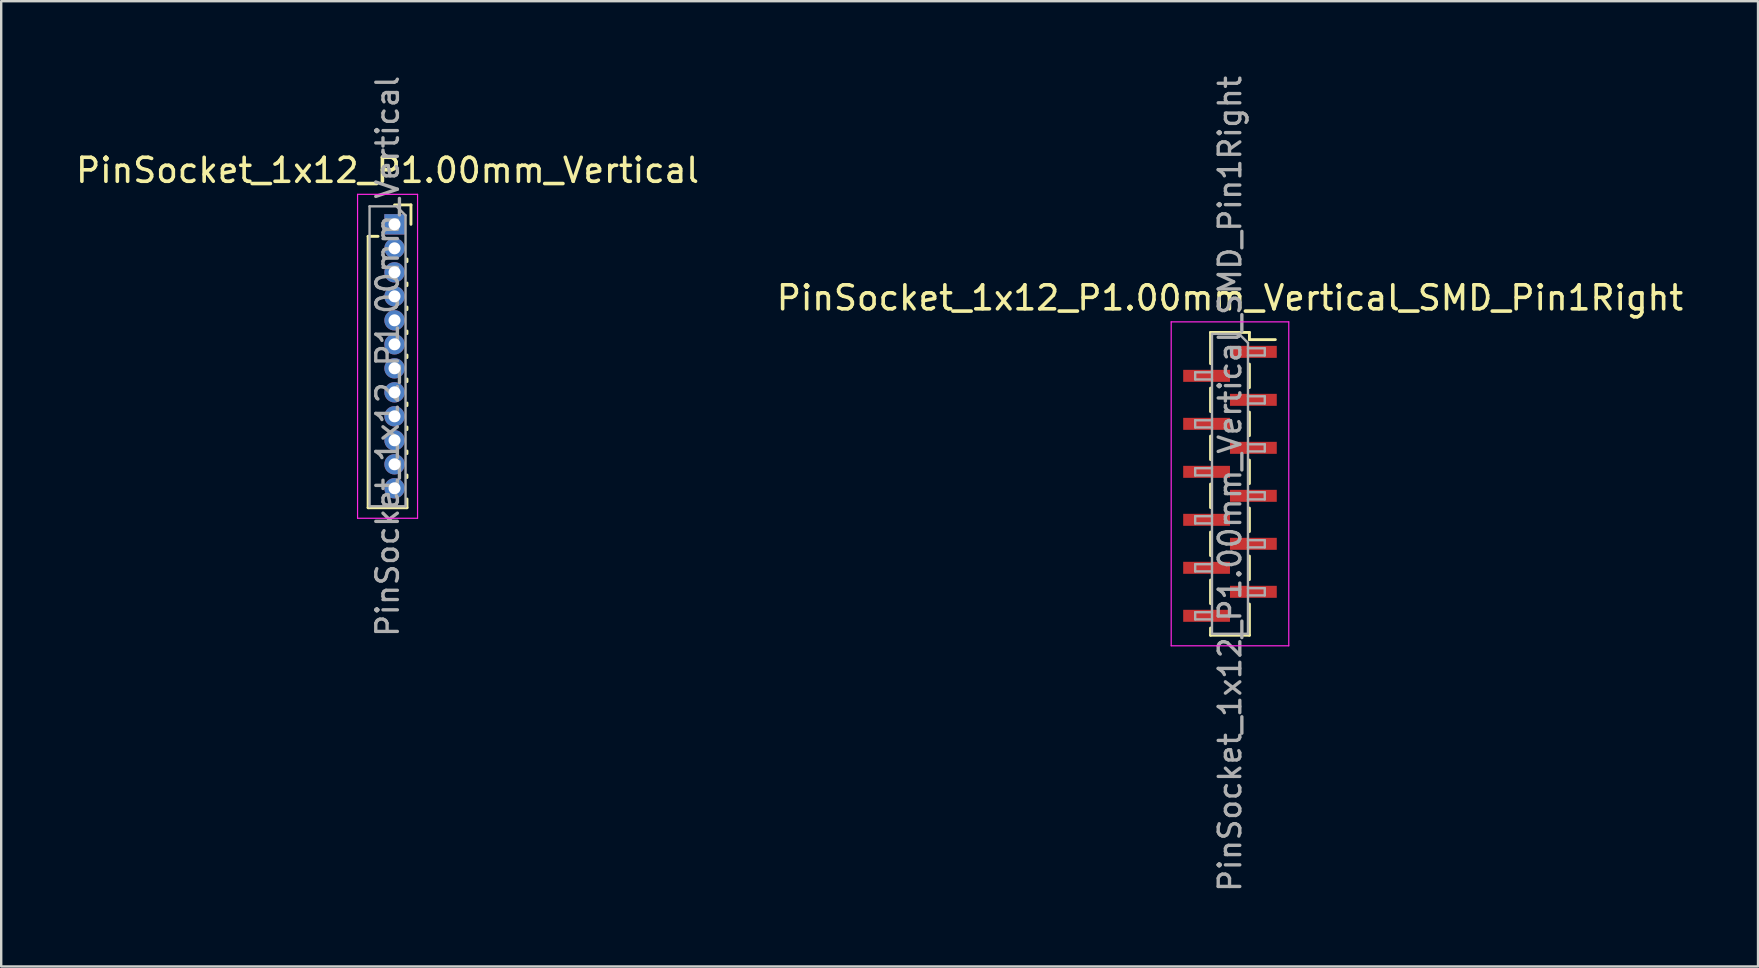
<source format=kicad_pcb>
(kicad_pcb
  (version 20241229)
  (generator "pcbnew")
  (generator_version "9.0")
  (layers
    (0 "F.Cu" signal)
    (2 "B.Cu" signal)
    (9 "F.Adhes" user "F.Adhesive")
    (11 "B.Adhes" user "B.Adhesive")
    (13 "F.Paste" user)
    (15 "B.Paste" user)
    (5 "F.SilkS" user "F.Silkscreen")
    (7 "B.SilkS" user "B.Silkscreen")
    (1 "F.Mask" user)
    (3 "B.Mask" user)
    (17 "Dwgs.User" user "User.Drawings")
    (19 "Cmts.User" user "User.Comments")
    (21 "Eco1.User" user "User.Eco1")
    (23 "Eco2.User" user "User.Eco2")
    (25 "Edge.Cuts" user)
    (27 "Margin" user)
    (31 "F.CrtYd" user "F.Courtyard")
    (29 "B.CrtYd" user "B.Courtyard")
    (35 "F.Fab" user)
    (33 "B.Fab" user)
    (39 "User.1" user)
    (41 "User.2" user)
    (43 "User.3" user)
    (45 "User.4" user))
  (footprint "PinSocket_1x12_P1.00mm_Vertical_SMD_Pin1Right"
    (layer "F.Cu")
    (at 48.208 17.113)
    (property "Reference" "PinSocket_1x12_P1.00mm_Vertical_SMD_Pin1Right" (at 0 -7.75 0) (layer "F.SilkS") (effects (font (size 1 1) (thickness 0.15))))
    (attr smd)
    (fp_line (start -0.81 -6.31) (end -0.81 -5.01) (stroke (width 0.12) (type solid)) (layer "F.SilkS"))
    (fp_line (start -0.81 -6.31) (end 0.81 -6.31) (stroke (width 0.12) (type solid)) (layer "F.SilkS"))
    (fp_line (start -0.81 -3.99) (end -0.81 -3.01) (stroke (width 0.12) (type solid)) (layer "F.SilkS"))
    (fp_line (start -0.81 -1.99) (end -0.81 -1.01) (stroke (width 0.12) (type solid)) (layer "F.SilkS"))
    (fp_line (start -0.81 0.01) (end -0.81 0.99) (stroke (width 0.12) (type solid)) (layer "F.SilkS"))
    (fp_line (start -0.81 2.01) (end -0.81 2.99) (stroke (width 0.12) (type solid)) (layer "F.SilkS"))
    (fp_line (start -0.81 4.01) (end -0.81 4.99) (stroke (width 0.12) (type solid)) (layer "F.SilkS"))
    (fp_line (start -0.81 6.01) (end -0.81 6.31) (stroke (width 0.12) (type solid)) (layer "F.SilkS"))
    (fp_line (start -0.81 6.31) (end 0.81 6.31) (stroke (width 0.12) (type solid)) (layer "F.SilkS"))
    (fp_line (start 0.81 -6.31) (end 0.81 -6.01) (stroke (width 0.12) (type solid)) (layer "F.SilkS"))
    (fp_line (start 0.81 -6.01) (end 1.89 -6.01) (stroke (width 0.12) (type solid)) (layer "F.SilkS"))
    (fp_line (start 0.81 -4.99) (end 0.81 -4.01) (stroke (width 0.12) (type solid)) (layer "F.SilkS"))
    (fp_line (start 0.81 -2.99) (end 0.81 -2.01) (stroke (width 0.12) (type solid)) (layer "F.SilkS"))
    (fp_line (start 0.81 -0.99) (end 0.81 -0.01) (stroke (width 0.12) (type solid)) (layer "F.SilkS"))
    (fp_line (start 0.81 1.01) (end 0.81 1.99) (stroke (width 0.12) (type solid)) (layer "F.SilkS"))
    (fp_line (start 0.81 3.01) (end 0.81 3.99) (stroke (width 0.12) (type solid)) (layer "F.SilkS"))
    (fp_line (start 0.81 5.01) (end 0.81 6.31) (stroke (width 0.12) (type solid)) (layer "F.SilkS"))
    (fp_line (start -2.45 -6.75) (end 2.45 -6.75) (stroke (width 0.05) (type solid)) (layer "F.CrtYd"))
    (fp_line (start -2.45 6.75) (end -2.45 -6.75) (stroke (width 0.05) (type solid)) (layer "F.CrtYd"))
    (fp_line (start 2.45 -6.75) (end 2.45 6.75) (stroke (width 0.05) (type solid)) (layer "F.CrtYd"))
    (fp_line (start 2.45 6.75) (end -2.45 6.75) (stroke (width 0.05) (type solid)) (layer "F.CrtYd"))
    (fp_line (start -1.45 -4.65) (end -0.75 -4.65) (stroke (width 0.1) (type solid)) (layer "F.Fab"))
    (fp_line (start -1.45 -4.35) (end -1.45 -4.65) (stroke (width 0.1) (type solid)) (layer "F.Fab"))
    (fp_line (start -1.45 -2.65) (end -0.75 -2.65) (stroke (width 0.1) (type solid)) (layer "F.Fab"))
    (fp_line (start -1.45 -2.35) (end -1.45 -2.65) (stroke (width 0.1) (type solid)) (layer "F.Fab"))
    (fp_line (start -1.45 -0.65) (end -0.75 -0.65) (stroke (width 0.1) (type solid)) (layer "F.Fab"))
    (fp_line (start -1.45 -0.35) (end -1.45 -0.65) (stroke (width 0.1) (type solid)) (layer "F.Fab"))
    (fp_line (start -1.45 1.35) (end -0.75 1.35) (stroke (width 0.1) (type solid)) (layer "F.Fab"))
    (fp_line (start -1.45 1.65) (end -1.45 1.35) (stroke (width 0.1) (type solid)) (layer "F.Fab"))
    (fp_line (start -1.45 3.35) (end -0.75 3.35) (stroke (width 0.1) (type solid)) (layer "F.Fab"))
    (fp_line (start -1.45 3.65) (end -1.45 3.35) (stroke (width 0.1) (type solid)) (layer "F.Fab"))
    (fp_line (start -1.45 5.35) (end -0.75 5.35) (stroke (width 0.1) (type solid)) (layer "F.Fab"))
    (fp_line (start -1.45 5.65) (end -1.45 5.35) (stroke (width 0.1) (type solid)) (layer "F.Fab"))
    (fp_line (start -0.75 -6.25) (end 0.375 -6.25) (stroke (width 0.1) (type solid)) (layer "F.Fab"))
    (fp_line (start -0.75 -4.35) (end -1.45 -4.35) (stroke (width 0.1) (type solid)) (layer "F.Fab"))
    (fp_line (start -0.75 -2.35) (end -1.45 -2.35) (stroke (width 0.1) (type solid)) (layer "F.Fab"))
    (fp_line (start -0.75 -0.35) (end -1.45 -0.35) (stroke (width 0.1) (type solid)) (layer "F.Fab"))
    (fp_line (start -0.75 1.65) (end -1.45 1.65) (stroke (width 0.1) (type solid)) (layer "F.Fab"))
    (fp_line (start -0.75 3.65) (end -1.45 3.65) (stroke (width 0.1) (type solid)) (layer "F.Fab"))
    (fp_line (start -0.75 5.65) (end -1.45 5.65) (stroke (width 0.1) (type solid)) (layer "F.Fab"))
    (fp_line (start -0.75 6.25) (end -0.75 -6.25) (stroke (width 0.1) (type solid)) (layer "F.Fab"))
    (fp_line (start 0.375 -6.25) (end 0.75 -5.875) (stroke (width 0.1) (type solid)) (layer "F.Fab"))
    (fp_line (start 0.75 -5.875) (end 0.75 6.25) (stroke (width 0.1) (type solid)) (layer "F.Fab"))
    (fp_line (start 0.75 -5.65) (end 1.45 -5.65) (stroke (width 0.1) (type solid)) (layer "F.Fab"))
    (fp_line (start 0.75 -3.65) (end 1.45 -3.65) (stroke (width 0.1) (type solid)) (layer "F.Fab"))
    (fp_line (start 0.75 -1.65) (end 1.45 -1.65) (stroke (width 0.1) (type solid)) (layer "F.Fab"))
    (fp_line (start 0.75 0.35) (end 1.45 0.35) (stroke (width 0.1) (type solid)) (layer "F.Fab"))
    (fp_line (start 0.75 2.35) (end 1.45 2.35) (stroke (width 0.1) (type solid)) (layer "F.Fab"))
    (fp_line (start 0.75 4.35) (end 1.45 4.35) (stroke (width 0.1) (type solid)) (layer "F.Fab"))
    (fp_line (start 0.75 6.25) (end -0.75 6.25) (stroke (width 0.1) (type solid)) (layer "F.Fab"))
    (fp_line (start 1.45 -5.65) (end 1.45 -5.35) (stroke (width 0.1) (type solid)) (layer "F.Fab"))
    (fp_line (start 1.45 -5.35) (end 0.75 -5.35) (stroke (width 0.1) (type solid)) (layer "F.Fab"))
    (fp_line (start 1.45 -3.65) (end 1.45 -3.35) (stroke (width 0.1) (type solid)) (layer "F.Fab"))
    (fp_line (start 1.45 -3.35) (end 0.75 -3.35) (stroke (width 0.1) (type solid)) (layer "F.Fab"))
    (fp_line (start 1.45 -1.65) (end 1.45 -1.35) (stroke (width 0.1) (type solid)) (layer "F.Fab"))
    (fp_line (start 1.45 -1.35) (end 0.75 -1.35) (stroke (width 0.1) (type solid)) (layer "F.Fab"))
    (fp_line (start 1.45 0.35) (end 1.45 0.65) (stroke (width 0.1) (type solid)) (layer "F.Fab"))
    (fp_line (start 1.45 0.65) (end 0.75 0.65) (stroke (width 0.1) (type solid)) (layer "F.Fab"))
    (fp_line (start 1.45 2.35) (end 1.45 2.65) (stroke (width 0.1) (type solid)) (layer "F.Fab"))
    (fp_line (start 1.45 2.65) (end 0.75 2.65) (stroke (width 0.1) (type solid)) (layer "F.Fab"))
    (fp_line (start 1.45 4.35) (end 1.45 4.65) (stroke (width 0.1) (type solid)) (layer "F.Fab"))
    (fp_line (start 1.45 4.65) (end 0.75 4.65) (stroke (width 0.1) (type solid)) (layer "F.Fab"))
    (fp_text user "${REFERENCE}" (at 0 0 90) (layer "F.Fab") (effects (font (size 0.9 0.9) (thickness 0.14))))
    (pad "1" smd rect (at 0.975 -5.5) (size 1.95 0.5) (layers "F.Cu" "F.Mask" "F.Paste"))
    (pad "2" smd rect (at -0.975 -4.5) (size 1.95 0.5) (layers "F.Cu" "F.Mask" "F.Paste"))
    (pad "3" smd rect (at 0.975 -3.5) (size 1.95 0.5) (layers "F.Cu" "F.Mask" "F.Paste"))
    (pad "4" smd rect (at -0.975 -2.5) (size 1.95 0.5) (layers "F.Cu" "F.Mask" "F.Paste"))
    (pad "5" smd rect (at 0.975 -1.5) (size 1.95 0.5) (layers "F.Cu" "F.Mask" "F.Paste"))
    (pad "6" smd rect (at -0.975 -0.5) (size 1.95 0.5) (layers "F.Cu" "F.Mask" "F.Paste"))
    (pad "7" smd rect (at 0.975 0.5) (size 1.95 0.5) (layers "F.Cu" "F.Mask" "F.Paste"))
    (pad "8" smd rect (at -0.975 1.5) (size 1.95 0.5) (layers "F.Cu" "F.Mask" "F.Paste"))
    (pad "9" smd rect (at 0.975 2.5) (size 1.95 0.5) (layers "F.Cu" "F.Mask" "F.Paste"))
    (pad "10" smd rect (at -0.975 3.5) (size 1.95 0.5) (layers "F.Cu" "F.Mask" "F.Paste"))
    (pad "11" smd rect (at 0.975 4.5) (size 1.95 0.5) (layers "F.Cu" "F.Mask" "F.Paste"))
    (pad "12" smd rect (at -0.975 5.5) (size 1.95 0.5) (layers "F.Cu" "F.Mask" "F.Paste")))
  (footprint "PinSocket_1x12_P1.00mm_Vertical"
    (layer "F.Cu")
    (at 13.391 6.299)
    (property "Reference" "PinSocket_1x12_P1.00mm_Vertical" (at -0.29 -2.25 0) (layer "F.SilkS") (effects (font (size 1 1) (thickness 0.15))))
    (attr through_hole)
    (fp_line (start -1.1 0.5) (end -1.1 11.81) (stroke (width 0.12) (type solid)) (layer "F.SilkS"))
    (fp_line (start -1.1 0.5) (end -0.685 0.5) (stroke (width 0.12) (type solid)) (layer "F.SilkS"))
    (fp_line (start -1.1 11.81) (end 0.52 11.81) (stroke (width 0.12) (type solid)) (layer "F.SilkS"))
    (fp_line (start 0 -0.81) (end 0.685 -0.81) (stroke (width 0.12) (type solid)) (layer "F.SilkS"))
    (fp_line (start 0.52 1.446) (end 0.52 1.554) (stroke (width 0.12) (type solid)) (layer "F.SilkS"))
    (fp_line (start 0.52 2.446) (end 0.52 2.554) (stroke (width 0.12) (type solid)) (layer "F.SilkS"))
    (fp_line (start 0.52 3.446) (end 0.52 3.554) (stroke (width 0.12) (type solid)) (layer "F.SilkS"))
    (fp_line (start 0.52 4.446) (end 0.52 4.554) (stroke (width 0.12) (type solid)) (layer "F.SilkS"))
    (fp_line (start 0.52 5.446) (end 0.52 5.554) (stroke (width 0.12) (type solid)) (layer "F.SilkS"))
    (fp_line (start 0.52 6.446) (end 0.52 6.554) (stroke (width 0.12) (type solid)) (layer "F.SilkS"))
    (fp_line (start 0.52 7.446) (end 0.52 7.554) (stroke (width 0.12) (type solid)) (layer "F.SilkS"))
    (fp_line (start 0.52 8.446) (end 0.52 8.554) (stroke (width 0.12) (type solid)) (layer "F.SilkS"))
    (fp_line (start 0.52 9.446) (end 0.52 9.554) (stroke (width 0.12) (type solid)) (layer "F.SilkS"))
    (fp_line (start 0.52 10.446) (end 0.52 10.554) (stroke (width 0.12) (type solid)) (layer "F.SilkS"))
    (fp_line (start 0.52 11.446) (end 0.52 11.81) (stroke (width 0.12) (type solid)) (layer "F.SilkS"))
    (fp_line (start 0.685 -0.81) (end 0.685 0) (stroke (width 0.12) (type solid)) (layer "F.SilkS"))
    (fp_line (start -1.54 -1.25) (end 0.96 -1.25) (stroke (width 0.05) (type solid)) (layer "F.CrtYd"))
    (fp_line (start -1.54 12.25) (end -1.54 -1.25) (stroke (width 0.05) (type solid)) (layer "F.CrtYd"))
    (fp_line (start 0.96 -1.25) (end 0.96 12.25) (stroke (width 0.05) (type solid)) (layer "F.CrtYd"))
    (fp_line (start 0.96 12.25) (end -1.54 12.25) (stroke (width 0.05) (type solid)) (layer "F.CrtYd"))
    (fp_line (start -1.04 -0.75) (end 0.085 -0.75) (stroke (width 0.1) (type solid)) (layer "F.Fab"))
    (fp_line (start -1.04 11.75) (end -1.04 -0.75) (stroke (width 0.1) (type solid)) (layer "F.Fab"))
    (fp_line (start 0.085 -0.75) (end 0.46 -0.375) (stroke (width 0.1) (type solid)) (layer "F.Fab"))
    (fp_line (start 0.46 -0.375) (end 0.46 11.75) (stroke (width 0.1) (type solid)) (layer "F.Fab"))
    (fp_line (start 0.46 11.75) (end -1.04 11.75) (stroke (width 0.1) (type solid)) (layer "F.Fab"))
    (fp_text user "${REFERENCE}" (at -0.29 5.5 90) (layer "F.Fab") (effects (font (size 0.9 0.9) (thickness 0.14))))
    (pad "1" thru_hole rect (at 0 0) (size 0.85 0.85) (drill 0.5) (layers "*.Cu" "*.Mask"))
    (pad "2" thru_hole circle (at 0 1) (size 0.85 0.85) (drill 0.5) (layers "*.Cu" "*.Mask"))
    (pad "3" thru_hole circle (at 0 2) (size 0.85 0.85) (drill 0.5) (layers "*.Cu" "*.Mask"))
    (pad "4" thru_hole circle (at 0 3) (size 0.85 0.85) (drill 0.5) (layers "*.Cu" "*.Mask"))
    (pad "5" thru_hole circle (at 0 4) (size 0.85 0.85) (drill 0.5) (layers "*.Cu" "*.Mask"))
    (pad "6" thru_hole circle (at 0 5) (size 0.85 0.85) (drill 0.5) (layers "*.Cu" "*.Mask"))
    (pad "7" thru_hole circle (at 0 6) (size 0.85 0.85) (drill 0.5) (layers "*.Cu" "*.Mask"))
    (pad "8" thru_hole circle (at 0 7) (size 0.85 0.85) (drill 0.5) (layers "*.Cu" "*.Mask"))
    (pad "9" thru_hole circle (at 0 8) (size 0.85 0.85) (drill 0.5) (layers "*.Cu" "*.Mask"))
    (pad "10" thru_hole circle (at 0 9) (size 0.85 0.85) (drill 0.5) (layers "*.Cu" "*.Mask"))
    (pad "11" thru_hole circle (at 0 10) (size 0.85 0.85) (drill 0.5) (layers "*.Cu" "*.Mask"))
    (pad "12" thru_hole circle (at 0 11) (size 0.85 0.85) (drill 0.5) (layers "*.Cu" "*.Mask")))
  (gr_rect
    (start -3 -3)
    (end 70.214 37.226)
    (stroke (width 0.1) (type default))
    (fill no)
    (layer "Edge.Cuts")))
</source>
